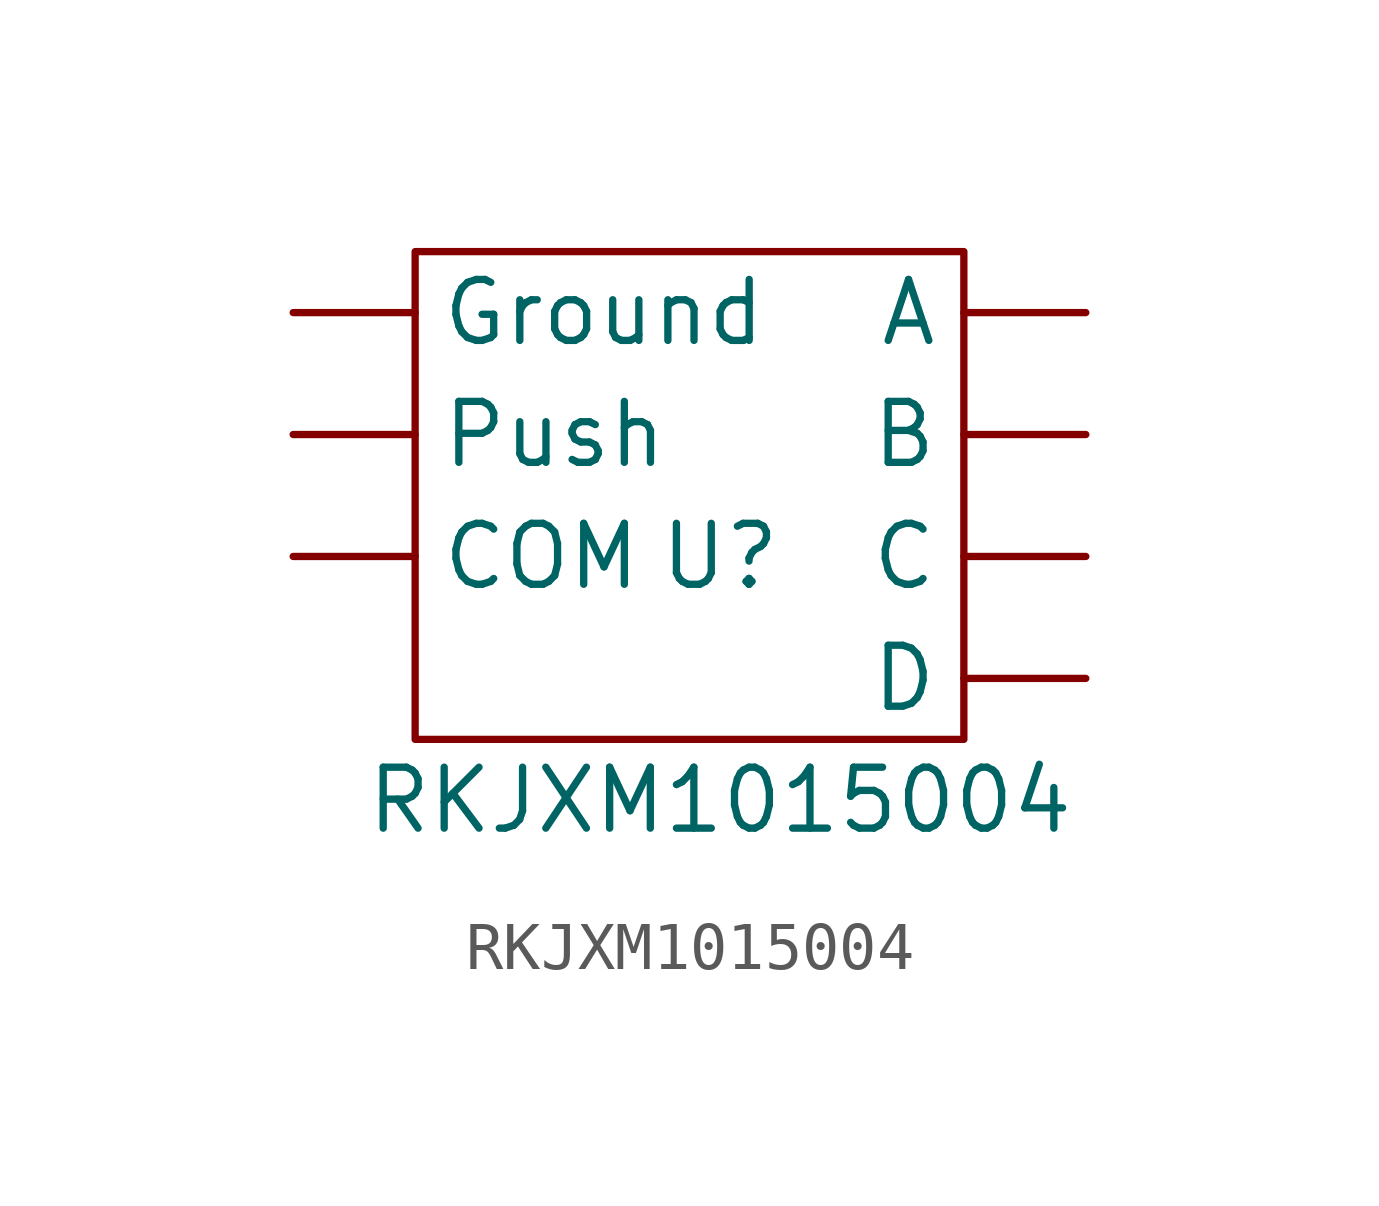
<source format=kicad_sym>
(kicad_symbol_lib
  (version 20211014)
  (generator kicad_symbol_editor)
  (symbol "RKJXM1015004"
    (property "Reference" "U"
      (at 0 0 0)
      (effects (font (size 1.27 1.27))))
    (property "Value" "RKJXM1015004"
      (at 0 -5.08 0)
      (effects (font (size 1.27 1.27))))
    (symbol "RKJXM1015004_0_1"
      (rectangle (start -6.35 6.35) (end 5.08 -3.81) (stroke (width 0) (type default) (color 0 0 0 0)) (fill (type none))))
    (symbol "RKJXM1015004_1_1"
      (pin passive line (at 7.62 5.08 180) (length 2.54) (name "A" (effects (font (size 1.27 1.27)))) (number "" (effects (font (size 1.27 1.27)))))
      (pin passive line (at 7.62 2.54 180) (length 2.54) (name "B" (effects (font (size 1.27 1.27)))) (number "" (effects (font (size 1.27 1.27)))))
      (pin passive line (at 7.62 0 180) (length 2.54) (name "C" (effects (font (size 1.27 1.27)))) (number "" (effects (font (size 1.27 1.27)))))
      (pin passive line (at -8.89 0 0) (length 2.54) (name "COM" (effects (font (size 1.27 1.27)))) (number "" (effects (font (size 1.27 1.27)))))
      (pin passive line (at 7.62 -2.54 180) (length 2.54) (name "D" (effects (font (size 1.27 1.27)))) (number "" (effects (font (size 1.27 1.27)))))
      (pin passive line (at -8.89 5.08 0) (length 2.54) (name "Ground" (effects (font (size 1.27 1.27)))) (number "" (effects (font (size 1.27 1.27)))))
      (pin passive line (at -8.89 2.54 0) (length 2.54) (name "Push" (effects (font (size 1.27 1.27)))) (number "" (effects (font (size 1.27 1.27))))))))
</source>
